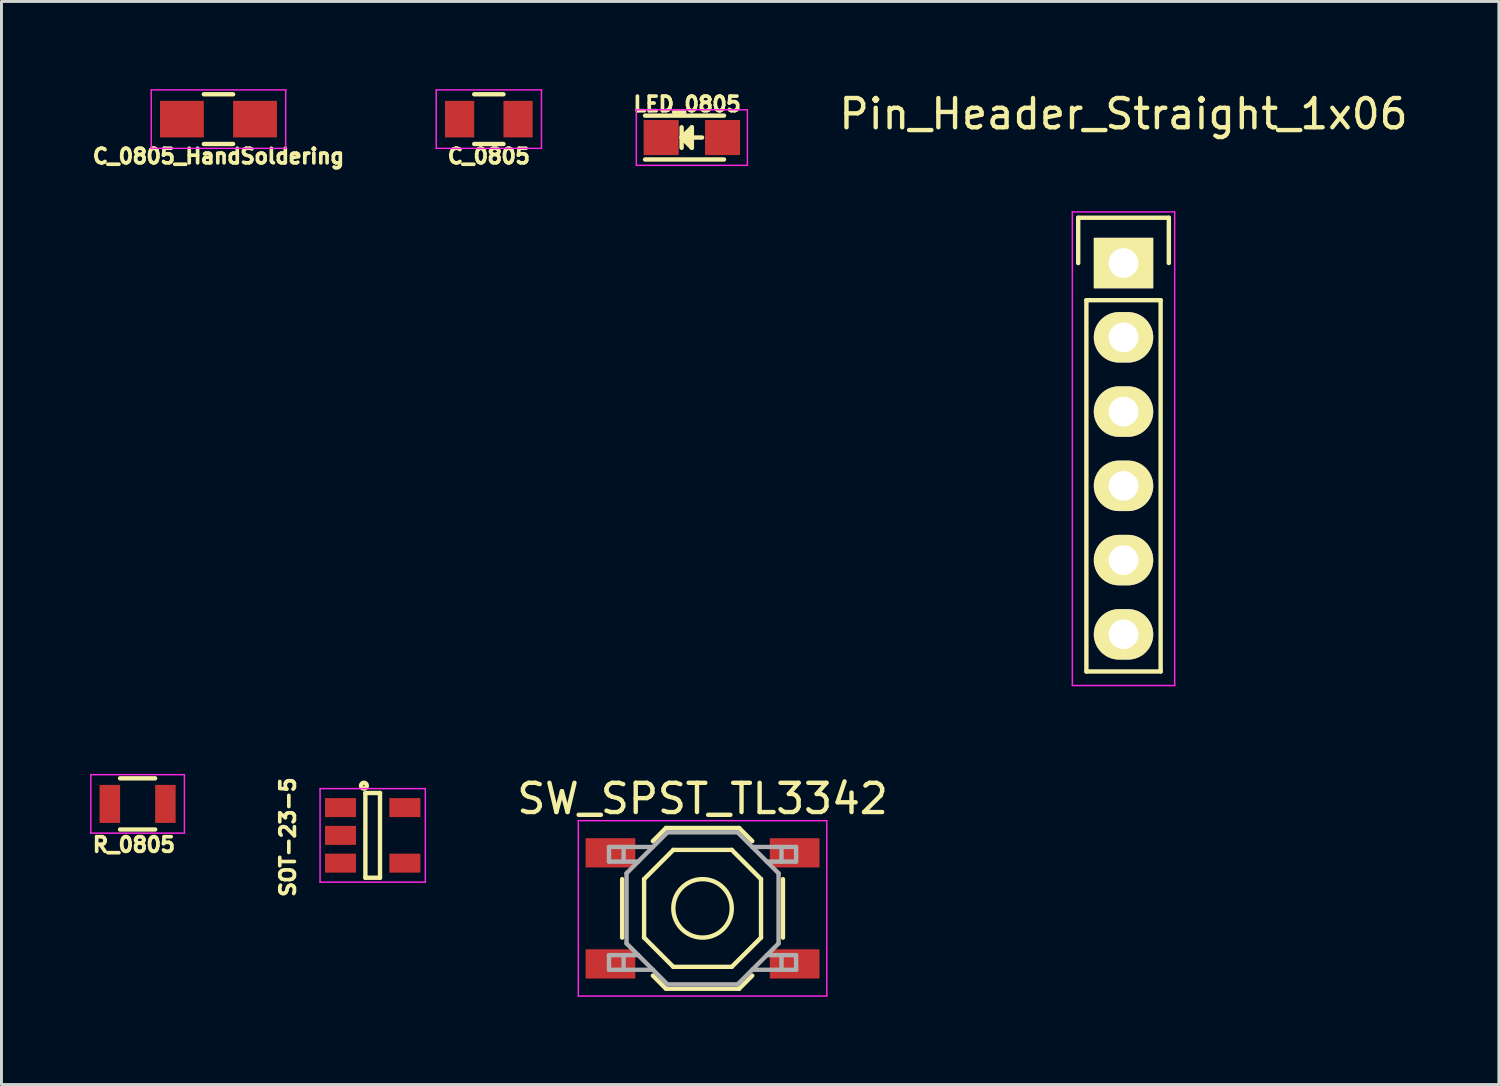
<source format=kicad_pcb>
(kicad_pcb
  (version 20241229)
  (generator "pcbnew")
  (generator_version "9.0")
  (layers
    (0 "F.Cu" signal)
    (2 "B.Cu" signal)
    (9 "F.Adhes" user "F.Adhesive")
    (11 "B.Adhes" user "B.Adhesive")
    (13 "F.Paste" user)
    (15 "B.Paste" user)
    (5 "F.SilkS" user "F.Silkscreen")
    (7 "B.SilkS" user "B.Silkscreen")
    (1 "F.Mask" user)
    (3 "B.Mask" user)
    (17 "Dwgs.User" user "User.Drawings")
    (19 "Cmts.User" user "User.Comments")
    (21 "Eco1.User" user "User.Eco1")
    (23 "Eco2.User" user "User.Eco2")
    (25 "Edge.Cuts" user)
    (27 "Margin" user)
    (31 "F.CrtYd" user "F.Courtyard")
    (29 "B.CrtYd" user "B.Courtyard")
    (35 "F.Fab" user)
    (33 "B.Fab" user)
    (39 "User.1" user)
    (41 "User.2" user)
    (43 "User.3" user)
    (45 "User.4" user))
  (footprint "C_0805"
    (layer "F.Cu")
    (at 13.671 1.025)
    (property "Reference" "C_0805" (at 0 1.27 0) (layer "F.SilkS") (effects (font (size 0.5 0.5) (thickness 0.125))))
    (attr smd)
    (fp_line (start -0.5 0.85) (end 0.5 0.85) (stroke (width 0.15) (type solid)) (layer "F.SilkS"))
    (fp_line (start 0.5 -0.85) (end -0.5 -0.85) (stroke (width 0.15) (type solid)) (layer "F.SilkS"))
    (fp_line (start -1.8 -1) (end -1.8 1) (stroke (width 0.05) (type solid)) (layer "F.CrtYd"))
    (fp_line (start -1.8 -1) (end 1.8 -1) (stroke (width 0.05) (type solid)) (layer "F.CrtYd"))
    (fp_line (start -1.8 1) (end 1.8 1) (stroke (width 0.05) (type solid)) (layer "F.CrtYd"))
    (fp_line (start 1.8 -1) (end 1.8 1) (stroke (width 0.05) (type solid)) (layer "F.CrtYd"))
    (pad "1" smd rect (at -1 0) (size 1 1.25) (layers "F.Cu" "F.Mask" "F.Paste"))
    (pad "2" smd rect (at 1 0) (size 1 1.25) (layers "F.Cu" "F.Mask" "F.Paste")))
  (footprint "SW_SPST_TL3342"
    (layer "F.Cu")
    (at 20.981 28.021)
    (property "Reference" "SW_SPST_TL3342" (at 0 -3.75 0) (layer "F.SilkS") (effects (font (size 1 1) (thickness 0.15))))
    (attr smd)
    (fp_line (start -2.75 -1) (end -2.75 1) (stroke (width 0.15) (type solid)) (layer "F.SilkS"))
    (fp_line (start -2 -1) (end -1 -2) (stroke (width 0.15) (type solid)) (layer "F.SilkS"))
    (fp_line (start -2 1) (end -2 -1) (stroke (width 0.15) (type solid)) (layer "F.SilkS"))
    (fp_line (start -1.7 -2.3) (end -1.25 -2.75) (stroke (width 0.15) (type solid)) (layer "F.SilkS"))
    (fp_line (start -1.7 2.3) (end -1.25 2.75) (stroke (width 0.15) (type solid)) (layer "F.SilkS"))
    (fp_line (start -1.25 -2.75) (end 1.25 -2.75) (stroke (width 0.15) (type solid)) (layer "F.SilkS"))
    (fp_line (start -1.25 2.75) (end 1.25 2.75) (stroke (width 0.15) (type solid)) (layer "F.SilkS"))
    (fp_line (start -1 -2) (end 1 -2) (stroke (width 0.15) (type solid)) (layer "F.SilkS"))
    (fp_line (start -1 2) (end -2 1) (stroke (width 0.15) (type solid)) (layer "F.SilkS"))
    (fp_line (start 1 -2) (end 2 -1) (stroke (width 0.15) (type solid)) (layer "F.SilkS"))
    (fp_line (start 1 2) (end -1 2) (stroke (width 0.15) (type solid)) (layer "F.SilkS"))
    (fp_line (start 1.7 -2.3) (end 1.25 -2.75) (stroke (width 0.15) (type solid)) (layer "F.SilkS"))
    (fp_line (start 1.7 2.3) (end 1.25 2.75) (stroke (width 0.15) (type solid)) (layer "F.SilkS"))
    (fp_line (start 2 -1) (end 2 1) (stroke (width 0.15) (type solid)) (layer "F.SilkS"))
    (fp_line (start 2 1) (end 1 2) (stroke (width 0.15) (type solid)) (layer "F.SilkS"))
    (fp_line (start 2.75 -1) (end 2.75 1) (stroke (width 0.15) (type solid)) (layer "F.SilkS"))
    (fp_circle (center 0 0) (end 1 0) (stroke (width 0.15) (type solid)) (fill no) (layer "F.SilkS"))
    (fp_line (start -4.25 -3) (end 4.25 -3) (stroke (width 0.05) (type solid)) (layer "F.CrtYd"))
    (fp_line (start -4.25 3) (end -4.25 -3) (stroke (width 0.05) (type solid)) (layer "F.CrtYd"))
    (fp_line (start 4.25 -3) (end 4.25 3) (stroke (width 0.05) (type solid)) (layer "F.CrtYd"))
    (fp_line (start 4.25 3) (end -4.25 3) (stroke (width 0.05) (type solid)) (layer "F.CrtYd"))
    (fp_line (start -3.2 -2.1) (end -3.2 -1.6) (stroke (width 0.15) (type solid)) (layer "F.Fab"))
    (fp_line (start -3.2 -1.6) (end -2.2 -1.6) (stroke (width 0.15) (type solid)) (layer "F.Fab"))
    (fp_line (start -3.2 1.6) (end -2.2 1.6) (stroke (width 0.15) (type solid)) (layer "F.Fab"))
    (fp_line (start -3.2 2.1) (end -3.2 1.6) (stroke (width 0.15) (type solid)) (layer "F.Fab"))
    (fp_line (start -2.7 -2.1) (end -2.7 -1.6) (stroke (width 0.15) (type solid)) (layer "F.Fab"))
    (fp_line (start -2.7 2.1) (end -2.7 1.6) (stroke (width 0.15) (type solid)) (layer "F.Fab"))
    (fp_line (start -2.6 -1.2) (end -2.6 1.2) (stroke (width 0.15) (type solid)) (layer "F.Fab"))
    (fp_line (start -2.6 1.2) (end -1.2 2.6) (stroke (width 0.15) (type solid)) (layer "F.Fab"))
    (fp_line (start -1.7 -2.1) (end -3.2 -2.1) (stroke (width 0.15) (type solid)) (layer "F.Fab"))
    (fp_line (start -1.7 2.1) (end -3.2 2.1) (stroke (width 0.15) (type solid)) (layer "F.Fab"))
    (fp_line (start -1.2 -2.6) (end -2.6 -1.2) (stroke (width 0.15) (type solid)) (layer "F.Fab"))
    (fp_line (start -1.2 2.6) (end 1.2 2.6) (stroke (width 0.15) (type solid)) (layer "F.Fab"))
    (fp_line (start 1.2 -2.6) (end -1.2 -2.6) (stroke (width 0.15) (type solid)) (layer "F.Fab"))
    (fp_line (start 1.2 2.6) (end 2.6 1.2) (stroke (width 0.15) (type solid)) (layer "F.Fab"))
    (fp_line (start 1.7 -2.1) (end 3.2 -2.1) (stroke (width 0.15) (type solid)) (layer "F.Fab"))
    (fp_line (start 1.7 2.1) (end 3.2 2.1) (stroke (width 0.15) (type solid)) (layer "F.Fab"))
    (fp_line (start 2.6 -1.2) (end 1.2 -2.6) (stroke (width 0.15) (type solid)) (layer "F.Fab"))
    (fp_line (start 2.6 1.2) (end 2.6 -1.2) (stroke (width 0.15) (type solid)) (layer "F.Fab"))
    (fp_line (start 2.7 -2.1) (end 2.7 -1.6) (stroke (width 0.15) (type solid)) (layer "F.Fab"))
    (fp_line (start 2.7 2.1) (end 2.7 1.6) (stroke (width 0.15) (type solid)) (layer "F.Fab"))
    (fp_line (start 3.2 -2.1) (end 3.2 -1.6) (stroke (width 0.15) (type solid)) (layer "F.Fab"))
    (fp_line (start 3.2 -1.6) (end 2.2 -1.6) (stroke (width 0.15) (type solid)) (layer "F.Fab"))
    (fp_line (start 3.2 1.6) (end 2.2 1.6) (stroke (width 0.15) (type solid)) (layer "F.Fab"))
    (fp_line (start 3.2 2.1) (end 3.2 1.6) (stroke (width 0.15) (type solid)) (layer "F.Fab"))
    (pad "1" smd rect (at -3.15 -1.9) (size 1.7 1) (layers "F.Cu" "F.Mask" "F.Paste"))
    (pad "1" smd rect (at 3.15 -1.9) (size 1.7 1) (layers "F.Cu" "F.Mask" "F.Paste"))
    (pad "2" smd rect (at -3.15 1.9) (size 1.7 1) (layers "F.Cu" "F.Mask" "F.Paste"))
    (pad "2" smd rect (at 3.15 1.9) (size 1.7 1) (layers "F.Cu" "F.Mask" "F.Paste")))
  (footprint "Pin_Header_Straight_1x06"
    (layer "F.Cu")
    (at 35.38 5.948)
    (property "Reference" "Pin_Header_Straight_1x06" (at 0 -5.1 0) (layer "F.SilkS") (effects (font (size 1 1) (thickness 0.15))))
    (attr through_hole)
    (fp_line (start -1.55 -1.55) (end 1.55 -1.55) (stroke (width 0.15) (type solid)) (layer "F.SilkS"))
    (fp_line (start -1.55 0) (end -1.55 -1.55) (stroke (width 0.15) (type solid)) (layer "F.SilkS"))
    (fp_line (start -1.27 13.97) (end -1.27 1.27) (stroke (width 0.15) (type solid)) (layer "F.SilkS"))
    (fp_line (start 1.27 1.27) (end -1.27 1.27) (stroke (width 0.15) (type solid)) (layer "F.SilkS"))
    (fp_line (start 1.27 1.27) (end 1.27 13.97) (stroke (width 0.15) (type solid)) (layer "F.SilkS"))
    (fp_line (start 1.27 13.97) (end -1.27 13.97) (stroke (width 0.15) (type solid)) (layer "F.SilkS"))
    (fp_line (start 1.55 -1.55) (end 1.55 0) (stroke (width 0.15) (type solid)) (layer "F.SilkS"))
    (fp_line (start -1.75 -1.75) (end -1.75 14.45) (stroke (width 0.05) (type solid)) (layer "F.CrtYd"))
    (fp_line (start -1.75 -1.75) (end 1.75 -1.75) (stroke (width 0.05) (type solid)) (layer "F.CrtYd"))
    (fp_line (start -1.75 14.45) (end 1.75 14.45) (stroke (width 0.05) (type solid)) (layer "F.CrtYd"))
    (fp_line (start 1.75 -1.75) (end 1.75 14.45) (stroke (width 0.05) (type solid)) (layer "F.CrtYd"))
    (pad "1" thru_hole rect (at 0 0) (size 2.032 1.727) (drill 1.016) (layers "*.Cu" "*.Mask" "F.SilkS"))
    (pad "2" thru_hole oval (at 0 2.54) (size 2.032 1.727) (drill 1.016) (layers "*.Cu" "*.Mask" "F.SilkS"))
    (pad "3" thru_hole oval (at 0 5.08) (size 2.032 1.727) (drill 1.016) (layers "*.Cu" "*.Mask" "F.SilkS"))
    (pad "4" thru_hole oval (at 0 7.62) (size 2.032 1.727) (drill 1.016) (layers "*.Cu" "*.Mask" "F.SilkS"))
    (pad "5" thru_hole oval (at 0 10.16) (size 2.032 1.727) (drill 1.016) (layers "*.Cu" "*.Mask" "F.SilkS"))
    (pad "6" thru_hole oval (at 0 12.7) (size 2.032 1.727) (drill 1.016) (layers "*.Cu" "*.Mask" "F.SilkS")))
  (footprint "SOT-23-5"
    (layer "F.Cu")
    (at 9.698 25.524)
    (property "Reference" "SOT-23-5" (at -2.903 0.061 90) (layer "F.SilkS") (effects (font (size 0.5 0.5) (thickness 0.125))))
    (attr smd)
    (fp_line (start -0.25 -1.45) (end -0.25 1.45) (stroke (width 0.15) (type solid)) (layer "F.SilkS"))
    (fp_line (start -0.25 1.45) (end 0.25 1.45) (stroke (width 0.15) (type solid)) (layer "F.SilkS"))
    (fp_line (start 0.25 -1.45) (end -0.25 -1.45) (stroke (width 0.15) (type solid)) (layer "F.SilkS"))
    (fp_line (start 0.25 1.45) (end 0.25 -1.45) (stroke (width 0.15) (type solid)) (layer "F.SilkS"))
    (fp_circle (center -0.3 -1.7) (end -0.2 -1.7) (stroke (width 0.15) (type solid)) (fill no) (layer "F.SilkS"))
    (fp_line (start -1.8 -1.6) (end 1.8 -1.6) (stroke (width 0.05) (type solid)) (layer "F.CrtYd"))
    (fp_line (start -1.8 1.6) (end -1.8 -1.6) (stroke (width 0.05) (type solid)) (layer "F.CrtYd"))
    (fp_line (start 1.8 -1.6) (end 1.8 1.6) (stroke (width 0.05) (type solid)) (layer "F.CrtYd"))
    (fp_line (start 1.8 1.6) (end -1.8 1.6) (stroke (width 0.05) (type solid)) (layer "F.CrtYd"))
    (pad "1" smd rect (at -1.1 -0.95) (size 1.06 0.65) (layers "F.Cu" "F.Mask" "F.Paste"))
    (pad "2" smd rect (at -1.1 0) (size 1.06 0.65) (layers "F.Cu" "F.Mask" "F.Paste"))
    (pad "3" smd rect (at -1.1 0.95) (size 1.06 0.65) (layers "F.Cu" "F.Mask" "F.Paste"))
    (pad "4" smd rect (at 1.1 0.95) (size 1.06 0.65) (layers "F.Cu" "F.Mask" "F.Paste"))
    (pad "5" smd rect (at 1.1 -0.95) (size 1.06 0.65) (layers "F.Cu" "F.Mask" "F.Paste")))
  (footprint "LED_0805"
    (layer "F.Cu")
    (at 20.615 1.655)
    (property "Reference" "LED_0805" (at -0.16 -1.143 0) (layer "F.SilkS") (effects (font (size 0.5 0.5) (thickness 0.125))))
    (attr smd)
    (fp_line (start -1.6 -0.75) (end 1.1 -0.75) (stroke (width 0.15) (type solid)) (layer "F.SilkS"))
    (fp_line (start -1.6 0.75) (end 1.1 0.75) (stroke (width 0.15) (type solid)) (layer "F.SilkS"))
    (fp_line (start -0.35 -0.35) (end -0.35 0.35) (stroke (width 0.15) (type solid)) (layer "F.SilkS"))
    (fp_line (start -0.35 0) (end 0 -0.35) (stroke (width 0.15) (type solid)) (layer "F.SilkS"))
    (fp_line (start -0.1 -0.1) (end -0.25 0.05) (stroke (width 0.15) (type solid)) (layer "F.SilkS"))
    (fp_line (start -0.1 0.15) (end -0.1 -0.1) (stroke (width 0.15) (type solid)) (layer "F.SilkS"))
    (fp_line (start 0 -0.35) (end 0 0.35) (stroke (width 0.15) (type solid)) (layer "F.SilkS"))
    (fp_line (start 0 0) (end 0.35 0) (stroke (width 0.15) (type solid)) (layer "F.SilkS"))
    (fp_line (start 0 0.35) (end -0.35 0) (stroke (width 0.15) (type solid)) (layer "F.SilkS"))
    (fp_line (start -1.9 -0.95) (end 1.9 -0.95) (stroke (width 0.05) (type solid)) (layer "F.CrtYd"))
    (fp_line (start -1.9 0.95) (end -1.9 -0.95) (stroke (width 0.05) (type solid)) (layer "F.CrtYd"))
    (fp_line (start 1.9 -0.95) (end 1.9 0.95) (stroke (width 0.05) (type solid)) (layer "F.CrtYd"))
    (fp_line (start 1.9 0.95) (end -1.9 0.95) (stroke (width 0.05) (type solid)) (layer "F.CrtYd"))
    (pad "1" smd rect (at -1.049 0 180) (size 1.199 1.199) (layers "F.Cu" "F.Mask" "F.Paste"))
    (pad "2" smd rect (at 1.049 0 180) (size 1.199 1.199) (layers "F.Cu" "F.Mask" "F.Paste")))
  (footprint "C_0805_HandSoldering"
    (layer "F.Cu")
    (at 4.423 1.025)
    (property "Reference" "C_0805_HandSoldering" (at 0 1.27 0) (layer "F.SilkS") (effects (font (size 0.5 0.5) (thickness 0.125))))
    (attr smd)
    (fp_line (start -0.5 0.85) (end 0.5 0.85) (stroke (width 0.15) (type solid)) (layer "F.SilkS"))
    (fp_line (start 0.5 -0.85) (end -0.5 -0.85) (stroke (width 0.15) (type solid)) (layer "F.SilkS"))
    (fp_line (start -2.3 -1) (end -2.3 1) (stroke (width 0.05) (type solid)) (layer "F.CrtYd"))
    (fp_line (start -2.3 -1) (end 2.3 -1) (stroke (width 0.05) (type solid)) (layer "F.CrtYd"))
    (fp_line (start -2.3 1) (end 2.3 1) (stroke (width 0.05) (type solid)) (layer "F.CrtYd"))
    (fp_line (start 2.3 -1) (end 2.3 1) (stroke (width 0.05) (type solid)) (layer "F.CrtYd"))
    (pad "1" smd rect (at -1.25 0) (size 1.5 1.25) (layers "F.Cu" "F.Mask" "F.Paste"))
    (pad "2" smd rect (at 1.25 0) (size 1.5 1.25) (layers "F.Cu" "F.Mask" "F.Paste")))
  (footprint "R_0805"
    (layer "F.Cu")
    (at 1.657 24.448)
    (property "Reference" "R_0805" (at -0.127 1.397 0) (layer "F.SilkS") (effects (font (size 0.5 0.5) (thickness 0.125))))
    (attr smd)
    (fp_line (start -0.6 -0.875) (end 0.6 -0.875) (stroke (width 0.15) (type solid)) (layer "F.SilkS"))
    (fp_line (start 0.6 0.875) (end -0.6 0.875) (stroke (width 0.15) (type solid)) (layer "F.SilkS"))
    (fp_line (start -1.6 -1) (end -1.6 1) (stroke (width 0.05) (type solid)) (layer "F.CrtYd"))
    (fp_line (start -1.6 -1) (end 1.6 -1) (stroke (width 0.05) (type solid)) (layer "F.CrtYd"))
    (fp_line (start -1.6 1) (end 1.6 1) (stroke (width 0.05) (type solid)) (layer "F.CrtYd"))
    (fp_line (start 1.6 -1) (end 1.6 1) (stroke (width 0.05) (type solid)) (layer "F.CrtYd"))
    (pad "1" smd rect (at -0.95 0) (size 0.7 1.3) (layers "F.Cu" "F.Mask" "F.Paste"))
    (pad "2" smd rect (at 0.95 0) (size 0.7 1.3) (layers "F.Cu" "F.Mask" "F.Paste")))
  (gr_rect
    (start -3 -3)
    (end 48.219 34.047)
    (stroke (width 0.1) (type default))
    (fill no)
    (layer "Edge.Cuts")))
</source>
